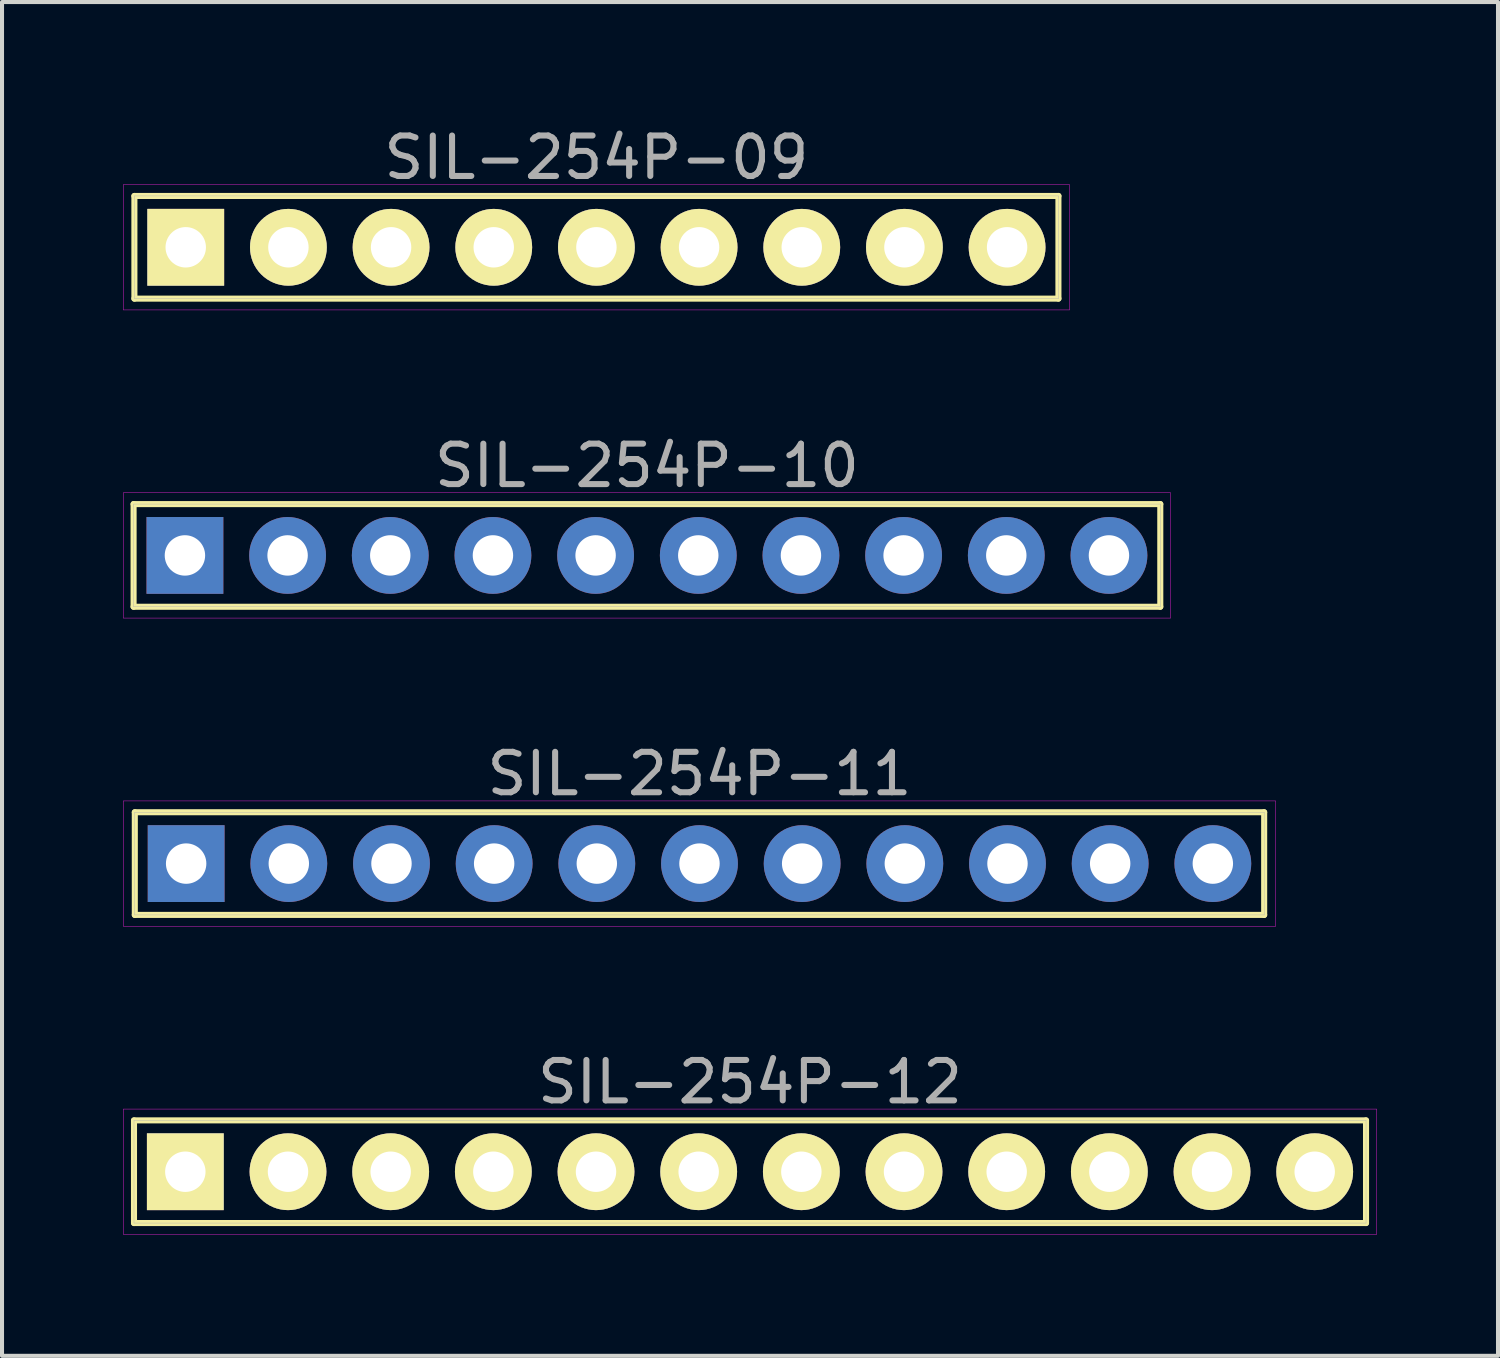
<source format=kicad_pcb>
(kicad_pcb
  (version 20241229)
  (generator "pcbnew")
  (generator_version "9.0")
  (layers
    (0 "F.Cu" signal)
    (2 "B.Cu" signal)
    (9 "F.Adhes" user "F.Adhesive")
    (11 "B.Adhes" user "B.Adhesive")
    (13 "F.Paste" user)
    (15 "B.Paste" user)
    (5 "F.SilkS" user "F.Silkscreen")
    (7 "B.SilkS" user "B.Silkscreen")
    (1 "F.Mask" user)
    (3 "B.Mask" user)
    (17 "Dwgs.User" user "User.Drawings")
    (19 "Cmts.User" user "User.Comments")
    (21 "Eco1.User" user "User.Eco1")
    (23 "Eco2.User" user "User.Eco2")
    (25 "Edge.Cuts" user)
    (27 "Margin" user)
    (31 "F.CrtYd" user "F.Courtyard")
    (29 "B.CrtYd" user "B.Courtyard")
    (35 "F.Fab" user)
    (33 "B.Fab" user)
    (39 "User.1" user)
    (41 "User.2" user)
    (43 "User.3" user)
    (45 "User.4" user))
  (footprint "SIL-254P-10"
    (layer "F.Cu")
    (at 12.955 10.691)
    (property "Reference" "SIL-254P-10" (at 0 -2.22 0) (layer "F.Fab") (effects (font (size 1 1) (thickness 0.15))))
    (attr through_hole)
    (fp_line (start -12.7 -1.27) (end 12.7 -1.27) (stroke (width 0.15) (type solid)) (layer "F.SilkS"))
    (fp_line (start -12.7 1.27) (end -12.7 -1.27) (stroke (width 0.15) (type solid)) (layer "F.SilkS"))
    (fp_line (start 12.7 -1.27) (end 12.7 1.27) (stroke (width 0.15) (type solid)) (layer "F.SilkS"))
    (fp_line (start 12.7 1.27) (end -12.7 1.27) (stroke (width 0.15) (type solid)) (layer "F.SilkS"))
    (fp_line (start -12.95 -1.55) (end 12.95 -1.55) (stroke (width 0.01) (type solid)) (layer "F.CrtYd"))
    (fp_line (start -12.95 1.55) (end -12.95 -1.55) (stroke (width 0.01) (type solid)) (layer "F.CrtYd"))
    (fp_line (start 12.95 -1.55) (end 12.95 1.55) (stroke (width 0.01) (type solid)) (layer "F.CrtYd"))
    (fp_line (start 12.95 1.55) (end -12.95 1.55) (stroke (width 0.01) (type solid)) (layer "F.CrtYd"))
    (fp_line (start -12.7 -1.27) (end 12.7 -1.27) (stroke (width 0.01) (type solid)) (layer "F.Fab"))
    (fp_line (start -12.7 1.27) (end -12.7 -1.27) (stroke (width 0.01) (type solid)) (layer "F.Fab"))
    (fp_line (start 12.7 -1.27) (end 12.7 1.27) (stroke (width 0.01) (type solid)) (layer "F.Fab"))
    (fp_line (start 12.7 1.27) (end -12.7 1.27) (stroke (width 0.01) (type solid)) (layer "F.Fab"))
    (pad "1" thru_hole rect (at -11.43 0) (size 1.9 1.9) (drill 1) (layers "F.Cu" "F.Mask" "F.Paste"))
    (pad "2" thru_hole circle (at -8.89 0) (size 1.9 1.9) (drill 1) (layers "F.Cu" "F.Mask" "F.Paste"))
    (pad "3" thru_hole circle (at -6.35 0) (size 1.9 1.9) (drill 1) (layers "F.Cu" "F.Mask" "F.Paste"))
    (pad "4" thru_hole circle (at -3.81 0) (size 1.9 1.9) (drill 1) (layers "F.Cu" "F.Mask" "F.Paste"))
    (pad "5" thru_hole circle (at -1.27 0) (size 1.9 1.9) (drill 1) (layers "F.Cu" "F.Mask" "F.Paste"))
    (pad "6" thru_hole circle (at 1.27 0) (size 1.9 1.9) (drill 1) (layers "F.Cu" "F.Mask" "F.Paste"))
    (pad "7" thru_hole circle (at 3.81 0) (size 1.9 1.9) (drill 1) (layers "F.Cu" "F.Mask" "F.Paste"))
    (pad "8" thru_hole circle (at 6.35 0) (size 1.9 1.9) (drill 1) (layers "F.Cu" "F.Mask" "F.Paste"))
    (pad "9" thru_hole circle (at 8.89 0) (size 1.9 1.9) (drill 1) (layers "F.Cu" "F.Mask" "F.Paste"))
    (pad "10" thru_hole circle (at 11.43 0) (size 1.9 1.9) (drill 1) (layers "F.Cu" "F.Mask" "F.Paste")))
  (footprint "SIL-254P-11"
    (layer "F.Cu")
    (at 14.255 18.315)
    (property "Reference" "SIL-254P-11" (at 0 -2.22 0) (layer "F.Fab") (effects (font (size 1 1) (thickness 0.15))))
    (attr through_hole)
    (fp_line (start -13.97 -1.27) (end 13.97 -1.27) (stroke (width 0.15) (type solid)) (layer "F.SilkS"))
    (fp_line (start -13.97 1.27) (end -13.97 -1.27) (stroke (width 0.15) (type solid)) (layer "F.SilkS"))
    (fp_line (start 13.97 -1.27) (end 13.97 1.27) (stroke (width 0.15) (type solid)) (layer "F.SilkS"))
    (fp_line (start 13.97 1.27) (end -13.97 1.27) (stroke (width 0.15) (type solid)) (layer "F.SilkS"))
    (fp_line (start -14.25 -1.55) (end 14.25 -1.55) (stroke (width 0.01) (type solid)) (layer "F.CrtYd"))
    (fp_line (start -14.25 1.55) (end -14.25 -1.55) (stroke (width 0.01) (type solid)) (layer "F.CrtYd"))
    (fp_line (start 14.25 -1.55) (end 14.25 1.55) (stroke (width 0.01) (type solid)) (layer "F.CrtYd"))
    (fp_line (start 14.25 1.55) (end -14.25 1.55) (stroke (width 0.01) (type solid)) (layer "F.CrtYd"))
    (fp_line (start -13.97 -1.27) (end 13.97 -1.27) (stroke (width 0.01) (type solid)) (layer "F.Fab"))
    (fp_line (start -13.97 1.27) (end -13.97 -1.27) (stroke (width 0.01) (type solid)) (layer "F.Fab"))
    (fp_line (start 13.97 -1.27) (end 13.97 1.27) (stroke (width 0.01) (type solid)) (layer "F.Fab"))
    (fp_line (start 13.97 1.27) (end -13.97 1.27) (stroke (width 0.01) (type solid)) (layer "F.Fab"))
    (pad "1" thru_hole rect (at -12.7 0) (size 1.9 1.9) (drill 1) (layers "F.Cu" "F.Mask" "F.Paste"))
    (pad "2" thru_hole circle (at -10.16 0) (size 1.9 1.9) (drill 1) (layers "F.Cu" "F.Mask" "F.Paste"))
    (pad "3" thru_hole circle (at -7.62 0) (size 1.9 1.9) (drill 1) (layers "F.Cu" "F.Mask" "F.Paste"))
    (pad "4" thru_hole circle (at -5.08 0) (size 1.9 1.9) (drill 1) (layers "F.Cu" "F.Mask" "F.Paste"))
    (pad "5" thru_hole circle (at -2.54 0) (size 1.9 1.9) (drill 1) (layers "F.Cu" "F.Mask" "F.Paste"))
    (pad "6" thru_hole circle (at 0 0) (size 1.9 1.9) (drill 1) (layers "F.Cu" "F.Mask" "F.Paste"))
    (pad "7" thru_hole circle (at 2.54 0) (size 1.9 1.9) (drill 1) (layers "F.Cu" "F.Mask" "F.Paste"))
    (pad "8" thru_hole circle (at 5.08 0) (size 1.9 1.9) (drill 1) (layers "F.Cu" "F.Mask" "F.Paste"))
    (pad "9" thru_hole circle (at 7.62 0) (size 1.9 1.9) (drill 1) (layers "F.Cu" "F.Mask" "F.Paste"))
    (pad "10" thru_hole circle (at 10.16 0) (size 1.9 1.9) (drill 1) (layers "F.Cu" "F.Mask" "F.Paste"))
    (pad "11" thru_hole circle (at 12.7 0) (size 1.9 1.9) (drill 1) (layers "F.Cu" "F.Mask" "F.Paste")))
  (footprint "SIL-254P-09"
    (layer "F.Cu")
    (at 11.705 3.068)
    (property "Reference" "SIL-254P-09" (at 0 -2.22 0) (layer "F.Fab") (effects (font (size 1 1) (thickness 0.15))))
    (attr through_hole)
    (fp_line (start -11.43 -1.27) (end 11.43 -1.27) (stroke (width 0.15) (type solid)) (layer "F.SilkS"))
    (fp_line (start -11.43 1.27) (end -11.43 -1.27) (stroke (width 0.15) (type solid)) (layer "F.SilkS"))
    (fp_line (start 11.43 -1.27) (end 11.43 1.27) (stroke (width 0.15) (type solid)) (layer "F.SilkS"))
    (fp_line (start 11.43 1.27) (end -11.43 1.27) (stroke (width 0.15) (type solid)) (layer "F.SilkS"))
    (fp_line (start -11.7 -1.55) (end 11.7 -1.55) (stroke (width 0.01) (type solid)) (layer "F.CrtYd"))
    (fp_line (start -11.7 1.55) (end -11.7 -1.55) (stroke (width 0.01) (type solid)) (layer "F.CrtYd"))
    (fp_line (start 11.7 -1.55) (end 11.7 1.55) (stroke (width 0.01) (type solid)) (layer "F.CrtYd"))
    (fp_line (start 11.7 1.55) (end -11.7 1.55) (stroke (width 0.01) (type solid)) (layer "F.CrtYd"))
    (fp_line (start -11.43 -1.27) (end 11.43 -1.27) (stroke (width 0.01) (type solid)) (layer "F.Fab"))
    (fp_line (start -11.43 1.27) (end -11.43 -1.27) (stroke (width 0.01) (type solid)) (layer "F.Fab"))
    (fp_line (start 11.43 -1.27) (end 11.43 1.27) (stroke (width 0.01) (type solid)) (layer "F.Fab"))
    (fp_line (start 11.43 1.27) (end -11.43 1.27) (stroke (width 0.01) (type solid)) (layer "F.Fab"))
    (pad "1" thru_hole rect (at -10.16 0) (size 1.9 1.9) (drill 1) (layers "*.Cu" "*.Mask" "F.SilkS"))
    (pad "2" thru_hole circle (at -7.62 0) (size 1.9 1.9) (drill 1) (layers "*.Cu" "*.Mask" "F.SilkS"))
    (pad "3" thru_hole circle (at -5.08 0) (size 1.9 1.9) (drill 1) (layers "*.Cu" "*.Mask" "F.SilkS"))
    (pad "4" thru_hole circle (at -2.54 0) (size 1.9 1.9) (drill 1) (layers "*.Cu" "*.Mask" "F.SilkS"))
    (pad "5" thru_hole circle (at 0 0) (size 1.9 1.9) (drill 1) (layers "*.Cu" "*.Mask" "F.SilkS"))
    (pad "6" thru_hole circle (at 2.54 0) (size 1.9 1.9) (drill 1) (layers "*.Cu" "*.Mask" "F.SilkS"))
    (pad "7" thru_hole circle (at 5.08 0) (size 1.9 1.9) (drill 1) (layers "*.Cu" "*.Mask" "F.SilkS"))
    (pad "8" thru_hole circle (at 7.62 0) (size 1.9 1.9) (drill 1) (layers "*.Cu" "*.Mask" "F.SilkS"))
    (pad "9" thru_hole circle (at 10.16 0) (size 1.9 1.9) (drill 1) (layers "*.Cu" "*.Mask" "F.SilkS")))
  (footprint "SIL-254P-12"
    (layer "F.Cu")
    (at 15.505 25.938)
    (property "Reference" "SIL-254P-12" (at 0 -2.22 0) (layer "F.Fab") (effects (font (size 1 1) (thickness 0.15))))
    (attr through_hole)
    (fp_line (start -15.24 -1.27) (end 15.24 -1.27) (stroke (width 0.15) (type solid)) (layer "F.SilkS"))
    (fp_line (start -15.24 1.27) (end -15.24 -1.27) (stroke (width 0.15) (type solid)) (layer "F.SilkS"))
    (fp_line (start 15.24 -1.27) (end 15.24 1.27) (stroke (width 0.15) (type solid)) (layer "F.SilkS"))
    (fp_line (start 15.24 1.27) (end -15.24 1.27) (stroke (width 0.15) (type solid)) (layer "F.SilkS"))
    (fp_line (start -15.5 -1.55) (end 15.5 -1.55) (stroke (width 0.01) (type solid)) (layer "F.CrtYd"))
    (fp_line (start -15.5 1.55) (end -15.5 -1.55) (stroke (width 0.01) (type solid)) (layer "F.CrtYd"))
    (fp_line (start 15.5 -1.55) (end 15.5 1.55) (stroke (width 0.01) (type solid)) (layer "F.CrtYd"))
    (fp_line (start 15.5 1.55) (end -15.5 1.55) (stroke (width 0.01) (type solid)) (layer "F.CrtYd"))
    (fp_line (start -15.24 -1.27) (end 15.24 -1.27) (stroke (width 0.01) (type solid)) (layer "F.Fab"))
    (fp_line (start -15.24 1.27) (end -15.24 -1.27) (stroke (width 0.01) (type solid)) (layer "F.Fab"))
    (fp_line (start 15.24 -1.27) (end 15.24 1.27) (stroke (width 0.01) (type solid)) (layer "F.Fab"))
    (fp_line (start 15.24 1.27) (end -15.24 1.27) (stroke (width 0.01) (type solid)) (layer "F.Fab"))
    (pad "1" thru_hole rect (at -13.97 0) (size 1.9 1.9) (drill 1) (layers "*.Cu" "*.Mask" "F.SilkS"))
    (pad "2" thru_hole circle (at -11.43 0) (size 1.9 1.9) (drill 1) (layers "*.Cu" "*.Mask" "F.SilkS"))
    (pad "3" thru_hole circle (at -8.89 0) (size 1.9 1.9) (drill 1) (layers "*.Cu" "*.Mask" "F.SilkS"))
    (pad "4" thru_hole circle (at -6.35 0) (size 1.9 1.9) (drill 1) (layers "*.Cu" "*.Mask" "F.SilkS"))
    (pad "5" thru_hole circle (at -3.81 0) (size 1.9 1.9) (drill 1) (layers "*.Cu" "*.Mask" "F.SilkS"))
    (pad "6" thru_hole circle (at -1.27 0) (size 1.9 1.9) (drill 1) (layers "*.Cu" "*.Mask" "F.SilkS"))
    (pad "7" thru_hole circle (at 1.27 0) (size 1.9 1.9) (drill 1) (layers "*.Cu" "*.Mask" "F.SilkS"))
    (pad "8" thru_hole circle (at 3.81 0) (size 1.9 1.9) (drill 1) (layers "*.Cu" "*.Mask" "F.SilkS"))
    (pad "9" thru_hole circle (at 6.35 0) (size 1.9 1.9) (drill 1) (layers "*.Cu" "*.Mask" "F.SilkS"))
    (pad "10" thru_hole circle (at 8.89 0) (size 1.9 1.9) (drill 1) (layers "*.Cu" "*.Mask" "F.SilkS"))
    (pad "11" thru_hole circle (at 11.43 0) (size 1.9 1.9) (drill 1) (layers "*.Cu" "*.Mask" "F.SilkS"))
    (pad "12" thru_hole circle (at 13.97 0) (size 1.9 1.9) (drill 1) (layers "*.Cu" "*.Mask" "F.SilkS")))
  (gr_rect
    (start -3 -3)
    (end 34.01 30.493)
    (stroke (width 0.1) (type default))
    (fill no)
    (layer "Edge.Cuts")))
</source>
